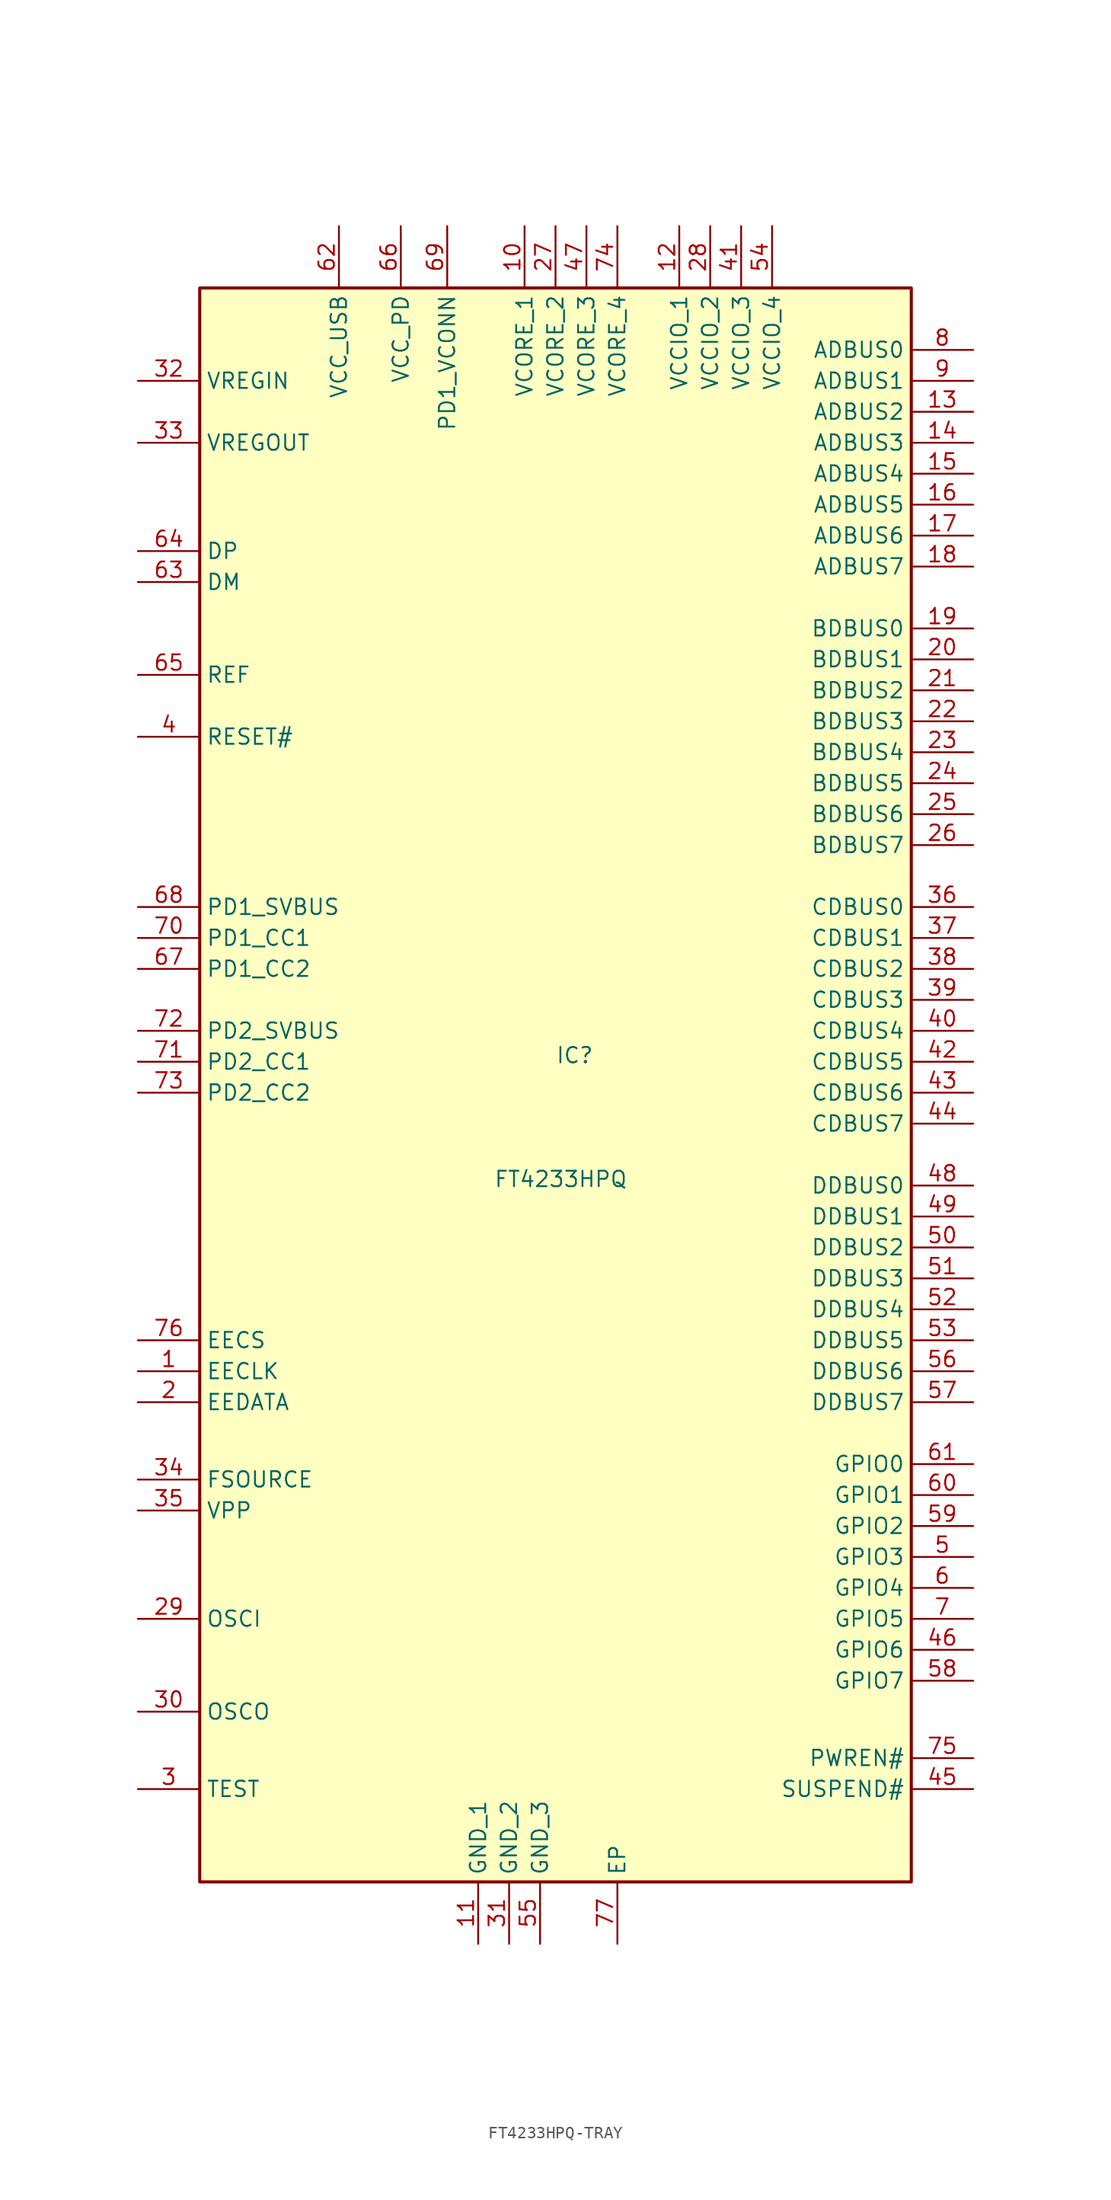
<source format=kicad_sym>
(kicad_symbol_lib
  (version 20220914)
  (generator kicad_symbol_editor)
  (symbol "FT4233HPQ-TRAY"
    (property "Reference" "IC"
      (at 29.21 3.81 0)
      (effects (font (size 1.27 1.27)) (justify left top)))
    (property "Value" "FT4233HPQ"
      (at 24.13 -6.35 0)
      (effects (font (size 1.27 1.27)) (justify left top)))
    (symbol "FT4233HPQ-TRAY_1_1"
      (rectangle (start 0 66.04) (end 58.42 -64.77) (stroke (width 0.254) (type default)) (fill (type background)))
      (pin passive line (at -5.08 -22.86 0) (length 5.08) (name "EECLK" (effects (font (size 1.27 1.27)))) (number "1" (effects (font (size 1.27 1.27)))))
      (pin passive line (at 26.67 71.12 270) (length 5.08) (name "VCORE_1" (effects (font (size 1.27 1.27)))) (number "10" (effects (font (size 1.27 1.27)))))
      (pin passive line (at 22.86 -69.85 90) (length 5.08) (name "GND_1" (effects (font (size 1.27 1.27)))) (number "11" (effects (font (size 1.27 1.27)))))
      (pin passive line (at 39.37 71.12 270) (length 5.08) (name "VCCIO_1" (effects (font (size 1.27 1.27)))) (number "12" (effects (font (size 1.27 1.27)))))
      (pin passive line (at 63.5 55.88 180) (length 5.08) (name "ADBUS2" (effects (font (size 1.27 1.27)))) (number "13" (effects (font (size 1.27 1.27)))))
      (pin passive line (at 63.5 53.34 180) (length 5.08) (name "ADBUS3" (effects (font (size 1.27 1.27)))) (number "14" (effects (font (size 1.27 1.27)))))
      (pin passive line (at 63.5 50.8 180) (length 5.08) (name "ADBUS4" (effects (font (size 1.27 1.27)))) (number "15" (effects (font (size 1.27 1.27)))))
      (pin passive line (at 63.5 48.26 180) (length 5.08) (name "ADBUS5" (effects (font (size 1.27 1.27)))) (number "16" (effects (font (size 1.27 1.27)))))
      (pin passive line (at 63.5 45.72 180) (length 5.08) (name "ADBUS6" (effects (font (size 1.27 1.27)))) (number "17" (effects (font (size 1.27 1.27)))))
      (pin passive line (at 63.5 43.18 180) (length 5.08) (name "ADBUS7" (effects (font (size 1.27 1.27)))) (number "18" (effects (font (size 1.27 1.27)))))
      (pin passive line (at 63.5 38.1 180) (length 5.08) (name "BDBUS0" (effects (font (size 1.27 1.27)))) (number "19" (effects (font (size 1.27 1.27)))))
      (pin passive line (at -5.08 -25.4 0) (length 5.08) (name "EEDATA" (effects (font (size 1.27 1.27)))) (number "2" (effects (font (size 1.27 1.27)))))
      (pin passive line (at 63.5 35.56 180) (length 5.08) (name "BDBUS1" (effects (font (size 1.27 1.27)))) (number "20" (effects (font (size 1.27 1.27)))))
      (pin passive line (at 63.5 33.02 180) (length 5.08) (name "BDBUS2" (effects (font (size 1.27 1.27)))) (number "21" (effects (font (size 1.27 1.27)))))
      (pin passive line (at 63.5 30.48 180) (length 5.08) (name "BDBUS3" (effects (font (size 1.27 1.27)))) (number "22" (effects (font (size 1.27 1.27)))))
      (pin passive line (at 63.5 27.94 180) (length 5.08) (name "BDBUS4" (effects (font (size 1.27 1.27)))) (number "23" (effects (font (size 1.27 1.27)))))
      (pin passive line (at 63.5 25.4 180) (length 5.08) (name "BDBUS5" (effects (font (size 1.27 1.27)))) (number "24" (effects (font (size 1.27 1.27)))))
      (pin passive line (at 63.5 22.86 180) (length 5.08) (name "BDBUS6" (effects (font (size 1.27 1.27)))) (number "25" (effects (font (size 1.27 1.27)))))
      (pin passive line (at 63.5 20.32 180) (length 5.08) (name "BDBUS7" (effects (font (size 1.27 1.27)))) (number "26" (effects (font (size 1.27 1.27)))))
      (pin passive line (at 29.21 71.12 270) (length 5.08) (name "VCORE_2" (effects (font (size 1.27 1.27)))) (number "27" (effects (font (size 1.27 1.27)))))
      (pin passive line (at 41.91 71.12 270) (length 5.08) (name "VCCIO_2" (effects (font (size 1.27 1.27)))) (number "28" (effects (font (size 1.27 1.27)))))
      (pin passive line (at -5.08 -43.18 0) (length 5.08) (name "OSCI" (effects (font (size 1.27 1.27)))) (number "29" (effects (font (size 1.27 1.27)))))
      (pin passive line (at -5.08 -57.15 0) (length 5.08) (name "TEST" (effects (font (size 1.27 1.27)))) (number "3" (effects (font (size 1.27 1.27)))))
      (pin passive line (at -5.08 -50.8 0) (length 5.08) (name "OSCO" (effects (font (size 1.27 1.27)))) (number "30" (effects (font (size 1.27 1.27)))))
      (pin passive line (at 25.4 -69.85 90) (length 5.08) (name "GND_2" (effects (font (size 1.27 1.27)))) (number "31" (effects (font (size 1.27 1.27)))))
      (pin passive line (at -5.08 58.42 0) (length 5.08) (name "VREGIN" (effects (font (size 1.27 1.27)))) (number "32" (effects (font (size 1.27 1.27)))))
      (pin passive line (at -5.08 53.34 0) (length 5.08) (name "VREGOUT" (effects (font (size 1.27 1.27)))) (number "33" (effects (font (size 1.27 1.27)))))
      (pin passive line (at -5.08 -31.75 0) (length 5.08) (name "FSOURCE" (effects (font (size 1.27 1.27)))) (number "34" (effects (font (size 1.27 1.27)))))
      (pin passive line (at -5.08 -34.29 0) (length 5.08) (name "VPP" (effects (font (size 1.27 1.27)))) (number "35" (effects (font (size 1.27 1.27)))))
      (pin passive line (at 63.5 15.24 180) (length 5.08) (name "CDBUS0" (effects (font (size 1.27 1.27)))) (number "36" (effects (font (size 1.27 1.27)))))
      (pin passive line (at 63.5 12.7 180) (length 5.08) (name "CDBUS1" (effects (font (size 1.27 1.27)))) (number "37" (effects (font (size 1.27 1.27)))))
      (pin passive line (at 63.5 10.16 180) (length 5.08) (name "CDBUS2" (effects (font (size 1.27 1.27)))) (number "38" (effects (font (size 1.27 1.27)))))
      (pin passive line (at 63.5 7.62 180) (length 5.08) (name "CDBUS3" (effects (font (size 1.27 1.27)))) (number "39" (effects (font (size 1.27 1.27)))))
      (pin passive line (at -5.08 29.21 0) (length 5.08) (name "RESET#" (effects (font (size 1.27 1.27)))) (number "4" (effects (font (size 1.27 1.27)))))
      (pin passive line (at 63.5 5.08 180) (length 5.08) (name "CDBUS4" (effects (font (size 1.27 1.27)))) (number "40" (effects (font (size 1.27 1.27)))))
      (pin passive line (at 44.45 71.12 270) (length 5.08) (name "VCCIO_3" (effects (font (size 1.27 1.27)))) (number "41" (effects (font (size 1.27 1.27)))))
      (pin passive line (at 63.5 2.54 180) (length 5.08) (name "CDBUS5" (effects (font (size 1.27 1.27)))) (number "42" (effects (font (size 1.27 1.27)))))
      (pin passive line (at 63.5 0 180) (length 5.08) (name "CDBUS6" (effects (font (size 1.27 1.27)))) (number "43" (effects (font (size 1.27 1.27)))))
      (pin passive line (at 63.5 -2.54 180) (length 5.08) (name "CDBUS7" (effects (font (size 1.27 1.27)))) (number "44" (effects (font (size 1.27 1.27)))))
      (pin passive line (at 63.5 -57.15 180) (length 5.08) (name "SUSPEND#" (effects (font (size 1.27 1.27)))) (number "45" (effects (font (size 1.27 1.27)))))
      (pin passive line (at 63.5 -45.72 180) (length 5.08) (name "GPIO6" (effects (font (size 1.27 1.27)))) (number "46" (effects (font (size 1.27 1.27)))))
      (pin passive line (at 31.75 71.12 270) (length 5.08) (name "VCORE_3" (effects (font (size 1.27 1.27)))) (number "47" (effects (font (size 1.27 1.27)))))
      (pin passive line (at 63.5 -7.62 180) (length 5.08) (name "DDBUS0" (effects (font (size 1.27 1.27)))) (number "48" (effects (font (size 1.27 1.27)))))
      (pin passive line (at 63.5 -10.16 180) (length 5.08) (name "DDBUS1" (effects (font (size 1.27 1.27)))) (number "49" (effects (font (size 1.27 1.27)))))
      (pin passive line (at 63.5 -38.1 180) (length 5.08) (name "GPIO3" (effects (font (size 1.27 1.27)))) (number "5" (effects (font (size 1.27 1.27)))))
      (pin passive line (at 63.5 -12.7 180) (length 5.08) (name "DDBUS2" (effects (font (size 1.27 1.27)))) (number "50" (effects (font (size 1.27 1.27)))))
      (pin passive line (at 63.5 -15.24 180) (length 5.08) (name "DDBUS3" (effects (font (size 1.27 1.27)))) (number "51" (effects (font (size 1.27 1.27)))))
      (pin passive line (at 63.5 -17.78 180) (length 5.08) (name "DDBUS4" (effects (font (size 1.27 1.27)))) (number "52" (effects (font (size 1.27 1.27)))))
      (pin passive line (at 63.5 -20.32 180) (length 5.08) (name "DDBUS5" (effects (font (size 1.27 1.27)))) (number "53" (effects (font (size 1.27 1.27)))))
      (pin passive line (at 46.99 71.12 270) (length 5.08) (name "VCCIO_4" (effects (font (size 1.27 1.27)))) (number "54" (effects (font (size 1.27 1.27)))))
      (pin passive line (at 27.94 -69.85 90) (length 5.08) (name "GND_3" (effects (font (size 1.27 1.27)))) (number "55" (effects (font (size 1.27 1.27)))))
      (pin passive line (at 63.5 -22.86 180) (length 5.08) (name "DDBUS6" (effects (font (size 1.27 1.27)))) (number "56" (effects (font (size 1.27 1.27)))))
      (pin passive line (at 63.5 -25.4 180) (length 5.08) (name "DDBUS7" (effects (font (size 1.27 1.27)))) (number "57" (effects (font (size 1.27 1.27)))))
      (pin passive line (at 63.5 -48.26 180) (length 5.08) (name "GPIO7" (effects (font (size 1.27 1.27)))) (number "58" (effects (font (size 1.27 1.27)))))
      (pin passive line (at 63.5 -35.56 180) (length 5.08) (name "GPIO2" (effects (font (size 1.27 1.27)))) (number "59" (effects (font (size 1.27 1.27)))))
      (pin passive line (at 63.5 -40.64 180) (length 5.08) (name "GPIO4" (effects (font (size 1.27 1.27)))) (number "6" (effects (font (size 1.27 1.27)))))
      (pin passive line (at 63.5 -33.02 180) (length 5.08) (name "GPIO1" (effects (font (size 1.27 1.27)))) (number "60" (effects (font (size 1.27 1.27)))))
      (pin passive line (at 63.5 -30.48 180) (length 5.08) (name "GPIO0" (effects (font (size 1.27 1.27)))) (number "61" (effects (font (size 1.27 1.27)))))
      (pin passive line (at 11.43 71.12 270) (length 5.08) (name "VCC_USB" (effects (font (size 1.27 1.27)))) (number "62" (effects (font (size 1.27 1.27)))))
      (pin passive line (at -5.08 41.91 0) (length 5.08) (name "DM" (effects (font (size 1.27 1.27)))) (number "63" (effects (font (size 1.27 1.27)))))
      (pin passive line (at -5.08 44.45 0) (length 5.08) (name "DP" (effects (font (size 1.27 1.27)))) (number "64" (effects (font (size 1.27 1.27)))))
      (pin passive line (at -5.08 34.29 0) (length 5.08) (name "REF" (effects (font (size 1.27 1.27)))) (number "65" (effects (font (size 1.27 1.27)))))
      (pin passive line (at 16.51 71.12 270) (length 5.08) (name "VCC_PD" (effects (font (size 1.27 1.27)))) (number "66" (effects (font (size 1.27 1.27)))))
      (pin passive line (at -5.08 10.16 0) (length 5.08) (name "PD1_CC2" (effects (font (size 1.27 1.27)))) (number "67" (effects (font (size 1.27 1.27)))))
      (pin passive line (at -5.08 15.24 0) (length 5.08) (name "PD1_SVBUS" (effects (font (size 1.27 1.27)))) (number "68" (effects (font (size 1.27 1.27)))))
      (pin passive line (at 20.32 71.12 270) (length 5.08) (name "PD1_VCONN" (effects (font (size 1.27 1.27)))) (number "69" (effects (font (size 1.27 1.27)))))
      (pin passive line (at 63.5 -43.18 180) (length 5.08) (name "GPIO5" (effects (font (size 1.27 1.27)))) (number "7" (effects (font (size 1.27 1.27)))))
      (pin passive line (at -5.08 12.7 0) (length 5.08) (name "PD1_CC1" (effects (font (size 1.27 1.27)))) (number "70" (effects (font (size 1.27 1.27)))))
      (pin passive line (at -5.08 2.54 0) (length 5.08) (name "PD2_CC1" (effects (font (size 1.27 1.27)))) (number "71" (effects (font (size 1.27 1.27)))))
      (pin passive line (at -5.08 5.08 0) (length 5.08) (name "PD2_SVBUS" (effects (font (size 1.27 1.27)))) (number "72" (effects (font (size 1.27 1.27)))))
      (pin passive line (at -5.08 0 0) (length 5.08) (name "PD2_CC2" (effects (font (size 1.27 1.27)))) (number "73" (effects (font (size 1.27 1.27)))))
      (pin passive line (at 34.29 71.12 270) (length 5.08) (name "VCORE_4" (effects (font (size 1.27 1.27)))) (number "74" (effects (font (size 1.27 1.27)))))
      (pin passive line (at 63.5 -54.61 180) (length 5.08) (name "PWREN#" (effects (font (size 1.27 1.27)))) (number "75" (effects (font (size 1.27 1.27)))))
      (pin passive line (at -5.08 -20.32 0) (length 5.08) (name "EECS" (effects (font (size 1.27 1.27)))) (number "76" (effects (font (size 1.27 1.27)))))
      (pin passive line (at 34.29 -69.85 90) (length 5.08) (name "EP" (effects (font (size 1.27 1.27)))) (number "77" (effects (font (size 1.27 1.27)))))
      (pin passive line (at 63.5 60.96 180) (length 5.08) (name "ADBUS0" (effects (font (size 1.27 1.27)))) (number "8" (effects (font (size 1.27 1.27)))))
      (pin passive line (at 63.5 58.42 180) (length 5.08) (name "ADBUS1" (effects (font (size 1.27 1.27)))) (number "9" (effects (font (size 1.27 1.27))))))))
</source>
